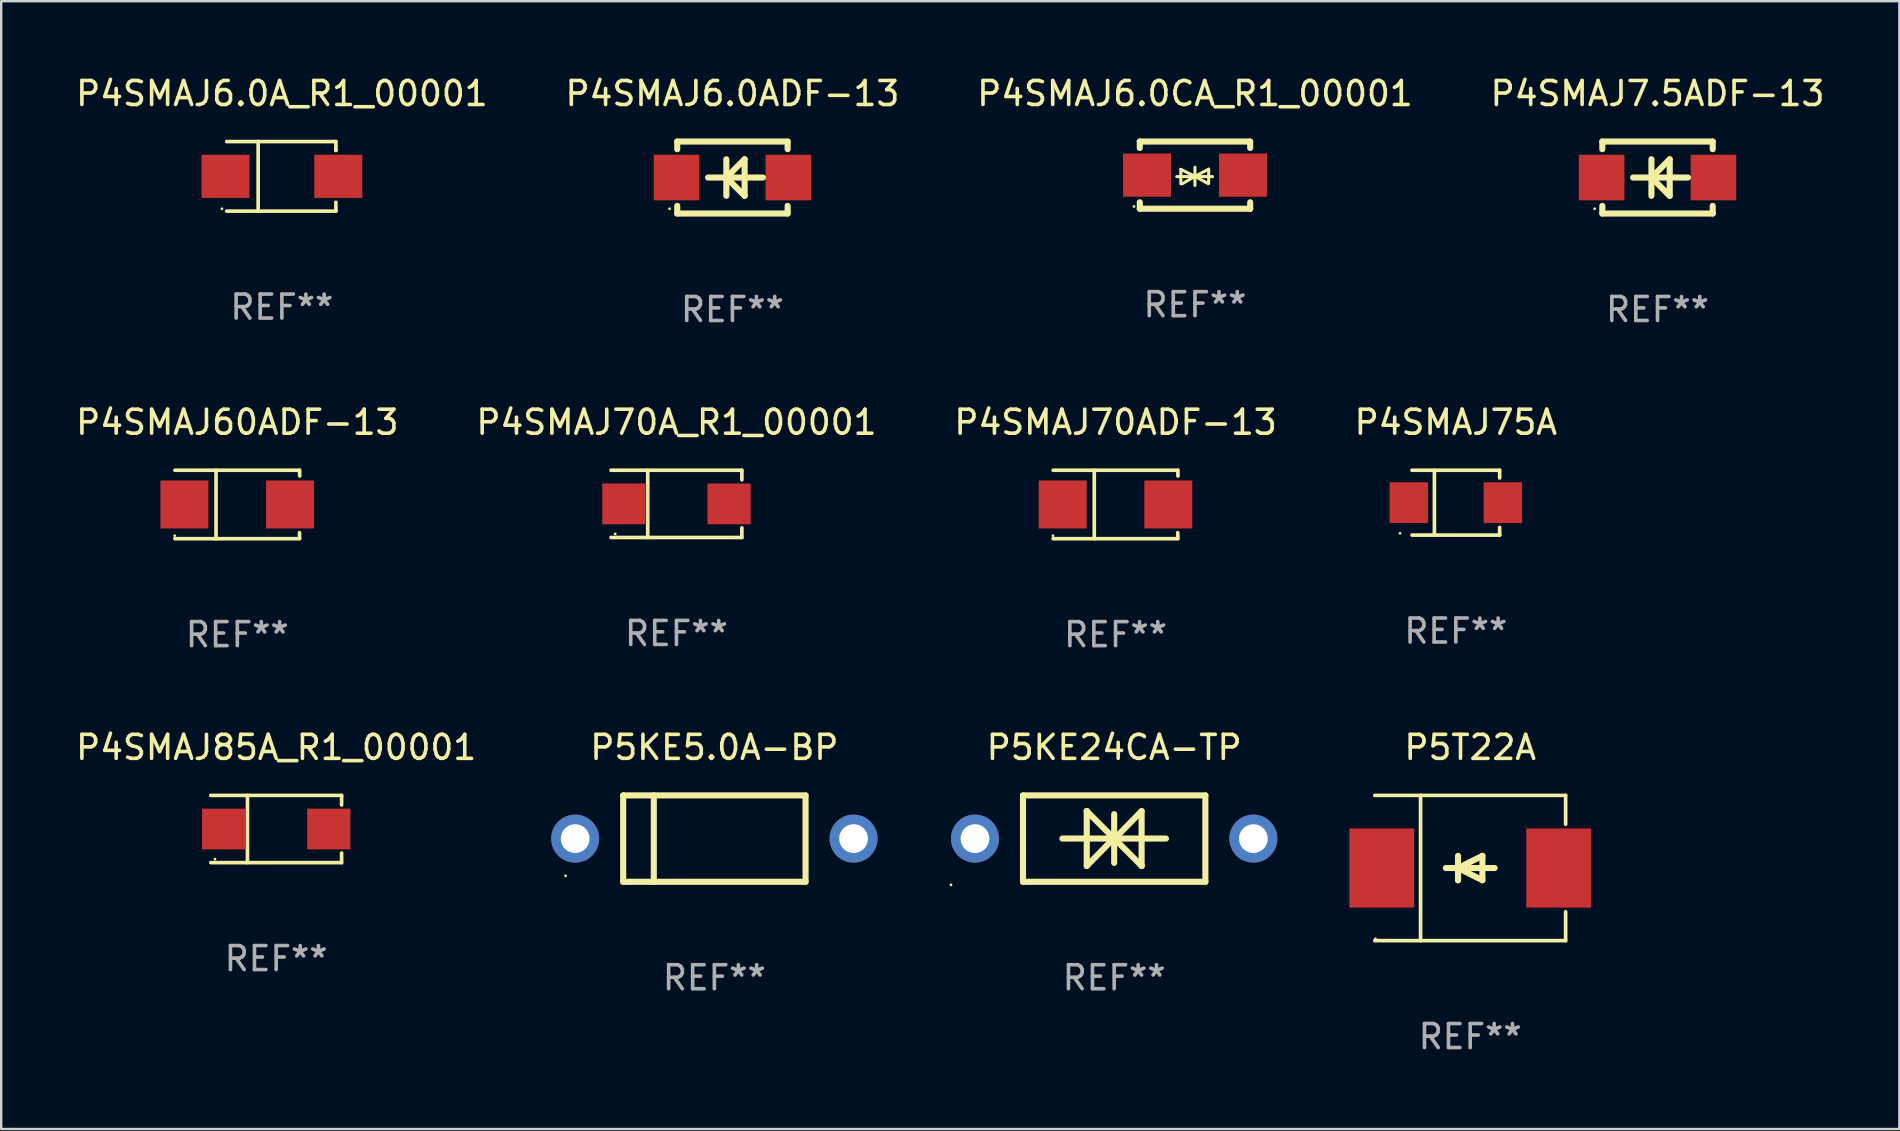
<source format=kicad_pcb>
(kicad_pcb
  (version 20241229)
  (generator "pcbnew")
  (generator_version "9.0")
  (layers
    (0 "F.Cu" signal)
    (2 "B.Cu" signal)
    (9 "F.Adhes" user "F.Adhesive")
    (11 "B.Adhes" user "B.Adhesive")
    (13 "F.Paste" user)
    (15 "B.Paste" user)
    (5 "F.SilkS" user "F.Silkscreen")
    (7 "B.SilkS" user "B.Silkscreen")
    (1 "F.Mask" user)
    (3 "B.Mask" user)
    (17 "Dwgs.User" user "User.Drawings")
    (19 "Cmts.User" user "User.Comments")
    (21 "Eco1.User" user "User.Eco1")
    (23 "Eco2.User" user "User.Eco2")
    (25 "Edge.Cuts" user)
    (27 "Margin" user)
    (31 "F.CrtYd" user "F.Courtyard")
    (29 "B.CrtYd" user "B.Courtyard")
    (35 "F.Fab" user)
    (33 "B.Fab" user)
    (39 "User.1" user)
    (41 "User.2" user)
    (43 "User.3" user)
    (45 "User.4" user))
  (footprint "P4SMAJ6.0A_R1_00001"
    (layer "F.Cu")
    (at 8.696 4.298)
    (property "Reference" "P4SMAJ6.0A_R1_00001" (at 0 -3.45 0) (layer "F.SilkS") (effects (font (size 1 1) (thickness 0.15))))
    (attr through_hole)
    (fp_line (start -2.3 -1.45) (end 2.25 -1.45) (stroke (width 0.152) (type solid)) (layer "F.SilkS"))
    (fp_line (start -0.989 -1.45) (end -0.989 1.45) (stroke (width 0.152) (type solid)) (layer "F.SilkS"))
    (fp_line (start 2.25 -1.45) (end 2.25 -1.08) (stroke (width 0.152) (type solid)) (layer "F.SilkS"))
    (fp_line (start 2.25 -1.08) (end 2.25 -1.142) (stroke (width 0.152) (type solid)) (layer "F.SilkS"))
    (fp_line (start 2.25 1.45) (end -2.3 1.45) (stroke (width 0.152) (type solid)) (layer "F.SilkS"))
    (fp_line (start 2.25 1.45) (end 2.25 1.08) (stroke (width 0.152) (type solid)) (layer "F.SilkS"))
    (fp_circle (center -2.5 1.35) (end -2.47 1.35) (stroke (width 0.06) (type solid)) (fill no) (layer "F.SilkS"))
    (fp_text user "REF**" (at 0 5.45 0) (layer "F.Fab") (effects (font (size 1 1) (thickness 0.15))))
    (pad "1" smd rect (at -2.35 0.000025) (size 2 1.8) (layers "F.Cu" "F.Mask" "F.Paste"))
    (pad "2" smd rect (at 2.35 0.000025) (size 2 1.8) (layers "F.Cu" "F.Mask" "F.Paste")))
  (footprint "P4SMAJ6.0CA_R1_00001"
    (layer "F.Cu")
    (at 46.744 4.248)
    (property "Reference" "P4SMAJ6.0CA_R1_00001" (at 0 -3.4 0) (layer "F.SilkS") (effects (font (size 1 1) (thickness 0.15))))
    (attr through_hole)
    (fp_line (start -2.3 -1.4) (end -2.3 -1.131) (stroke (width 0.254) (type solid)) (layer "F.SilkS"))
    (fp_line (start -2.3 -1.4) (end 2.3 -1.4) (stroke (width 0.254) (type solid)) (layer "F.SilkS"))
    (fp_line (start -2.3 1.131) (end -2.3 1.4) (stroke (width 0.254) (type solid)) (layer "F.SilkS"))
    (fp_line (start -2.3 1.4) (end 2.3 1.4) (stroke (width 0.254) (type solid)) (layer "F.SilkS"))
    (fp_line (start -0.76 0.06) (end 0.73 0.06) (stroke (width 0.127) (type solid)) (layer "F.SilkS"))
    (fp_line (start -0.59 -0.24) (end -0.59 0.36) (stroke (width 0.127) (type solid)) (layer "F.SilkS"))
    (fp_line (start -0.59 -0.24) (end -0.002 0.049) (stroke (width 0.127) (type solid)) (layer "F.SilkS"))
    (fp_line (start -0.53 0.36) (end -0.002 0.049) (stroke (width 0.127) (type solid)) (layer "F.SilkS"))
    (fp_line (start -0.002 0.049) (end -0.002 -0.332) (stroke (width 0.127) (type solid)) (layer "F.SilkS"))
    (fp_line (start -0.002 0.049) (end -0.002 0.43) (stroke (width 0.127) (type solid)) (layer "F.SilkS"))
    (fp_line (start 0.54 0.35) (end -0.002 0.049) (stroke (width 0.127) (type solid)) (layer "F.SilkS"))
    (fp_line (start 0.57 -0.25) (end -0.002 0.049) (stroke (width 0.127) (type solid)) (layer "F.SilkS"))
    (fp_line (start 0.57 -0.25) (end 0.57 0.35) (stroke (width 0.127) (type solid)) (layer "F.SilkS"))
    (fp_line (start 2.3 -1.4) (end 2.3 -1.131) (stroke (width 0.254) (type solid)) (layer "F.SilkS"))
    (fp_line (start 2.3 1.131) (end 2.3 1.4) (stroke (width 0.254) (type solid)) (layer "F.SilkS"))
    (fp_circle (center -2.542 1.308) (end -2.512 1.308) (stroke (width 0.06) (type solid)) (fill no) (layer "F.SilkS"))
    (fp_text user "REF**" (at 0 5.4 0) (layer "F.Fab") (effects (font (size 1 1) (thickness 0.15))))
    (pad "1" smd rect (at -2 0) (size 2 1.8) (layers "F.Cu" "F.Mask" "F.Paste"))
    (pad "2" smd rect (at 2 0) (size 2 1.8) (layers "F.Cu" "F.Mask" "F.Paste")))
  (footprint "P4SMAJ60ADF-13"
    (layer "F.Cu")
    (at 6.839 17.971)
    (property "Reference" "P4SMAJ60ADF-13" (at 0 -3.426 0) (layer "F.SilkS") (effects (font (size 1 1) (thickness 0.15))))
    (attr through_hole)
    (fp_line (start -2.6 -1.426) (end 2.593 -1.426) (stroke (width 0.152) (type solid)) (layer "F.SilkS"))
    (fp_line (start -2.6 1.426) (end 2.593 1.426) (stroke (width 0.152) (type solid)) (layer "F.SilkS"))
    (fp_line (start -0.887 -1.426) (end -0.887 1.426) (stroke (width 0.152) (type solid)) (layer "F.SilkS"))
    (fp_line (start 2.59 1.176) (end 2.597 1.415) (stroke (width 0.152) (type solid)) (layer "F.SilkS"))
    (fp_line (start 2.593 -1.426) (end 2.6 -1.187) (stroke (width 0.152) (type solid)) (layer "F.SilkS"))
    (fp_circle (center -2.608 1.3) (end -2.578 1.3) (stroke (width 0.06) (type solid)) (fill no) (layer "F.SilkS"))
    (fp_text user "REF**" (at 0 5.426 0) (layer "F.Fab") (effects (font (size 1 1) (thickness 0.15))))
    (pad "1" smd rect (at -2.203 0 180) (size 2 2) (layers "F.Cu" "F.Mask" "F.Paste"))
    (pad "2" smd rect (at 2.197 0 180) (size 2 2) (layers "F.Cu" "F.Mask" "F.Paste")))
  (footprint "P5KE24CA-TP"
    (layer "F.Cu")
    (at 43.377 31.894)
    (property "Reference" "P5KE24CA-TP" (at 0 -3.8 0) (layer "F.SilkS") (effects (font (size 1 1) (thickness 0.15))))
    (attr through_hole)
    (fp_line (start -3.8 -1.8) (end -3.8 1.8) (stroke (width 0.254) (type solid)) (layer "F.SilkS"))
    (fp_line (start -3.8 -1.8) (end 3.8 -1.8) (stroke (width 0.254) (type solid)) (layer "F.SilkS"))
    (fp_line (start -3.8 1.8) (end 3.8 1.8) (stroke (width 0.254) (type solid)) (layer "F.SilkS"))
    (fp_line (start -2.159 -0.003) (end 2.159 -0.003) (stroke (width 0.254) (type solid)) (layer "F.SilkS"))
    (fp_line (start -1.143 -1.146) (end -1.143 1.14) (stroke (width 0.254) (type solid)) (layer "F.SilkS"))
    (fp_line (start -1.143 -1.143) (end -1.143 -1.146) (stroke (width 0.254) (type solid)) (layer "F.SilkS"))
    (fp_line (start 0 -1.019) (end 0 1.013) (stroke (width 0.254) (type solid)) (layer "F.SilkS"))
    (fp_line (start 0 -0.026) (end -1.143 1.14) (stroke (width 0.254) (type solid)) (layer "F.SilkS"))
    (fp_line (start 0 -0.006) (end 1.143 1.137) (stroke (width 0.254) (type solid)) (layer "F.SilkS"))
    (fp_line (start 0 0) (end -1.143 -1.143) (stroke (width 0.254) (type solid)) (layer "F.SilkS"))
    (fp_line (start 0 0.02) (end 1.143 -1.146) (stroke (width 0.254) (type solid)) (layer "F.SilkS"))
    (fp_line (start 1.143 1.137) (end 1.143 1.14) (stroke (width 0.254) (type solid)) (layer "F.SilkS"))
    (fp_line (start 1.143 1.14) (end 1.143 -1.146) (stroke (width 0.254) (type solid)) (layer "F.SilkS"))
    (fp_line (start 3.8 -1.8) (end 3.8 1.8) (stroke (width 0.254) (type solid)) (layer "F.SilkS"))
    (fp_circle (center -6.8 1.927) (end -6.77 1.927) (stroke (width 0.06) (type solid)) (fill no) (layer "F.SilkS"))
    (fp_text user "REF**" (at 0 5.8 0) (layer "F.Fab") (effects (font (size 1 1) (thickness 0.15))))
    (pad "1" thru_hole circle (at -5.8 0) (size 2 2) (drill 1.2) (layers "*.Cu" "*.Mask"))
    (pad "2" thru_hole circle (at 5.8 0) (size 2 2) (drill 1.2) (layers "*.Cu" "*.Mask")))
  (footprint "P4SMAJ7.5ADF-13"
    (layer "F.Cu")
    (at 66.018 4.348)
    (property "Reference" "P4SMAJ7.5ADF-13" (at 0 -3.5 0) (layer "F.SilkS") (effects (font (size 1 1) (thickness 0.15))))
    (attr through_hole)
    (fp_line (start -2.3 -1.5) (end -2.3 -1.181) (stroke (width 0.254) (type solid)) (layer "F.SilkS"))
    (fp_line (start -2.3 -1.5) (end 2.3 -1.5) (stroke (width 0.254) (type solid)) (layer "F.SilkS"))
    (fp_line (start -2.3 1.181) (end -2.3 1.5) (stroke (width 0.254) (type solid)) (layer "F.SilkS"))
    (fp_line (start -0.254 0) (end 0.508 0.762) (stroke (width 0.254) (type solid)) (layer "F.SilkS"))
    (fp_line (start -0.254 0.762) (end -0.254 -0.762) (stroke (width 0.254) (type solid)) (layer "F.SilkS"))
    (fp_line (start 0.508 -0.762) (end -0.254 0) (stroke (width 0.254) (type solid)) (layer "F.SilkS"))
    (fp_line (start 0.508 0.762) (end 0.508 -0.762) (stroke (width 0.254) (type solid)) (layer "F.SilkS"))
    (fp_line (start 1.27 0) (end -1.016 0) (stroke (width 0.254) (type solid)) (layer "F.SilkS"))
    (fp_line (start 2.3 -1.5) (end 2.3 -1.181) (stroke (width 0.254) (type solid)) (layer "F.SilkS"))
    (fp_line (start 2.3 1.181) (end 2.3 1.5) (stroke (width 0.254) (type solid)) (layer "F.SilkS"))
    (fp_line (start 2.3 1.5) (end -2.3 1.5) (stroke (width 0.254) (type solid)) (layer "F.SilkS"))
    (fp_circle (center -2.62 1.3) (end -2.59 1.3) (stroke (width 0.06) (type solid)) (fill no) (layer "F.SilkS"))
    (fp_text user "REF**" (at 0 5.5 0) (layer "F.Fab") (effects (font (size 1 1) (thickness 0.15))))
    (pad "1" smd rect (at -2.33 0 270) (size 1.9 1.9) (layers "F.Cu" "F.Mask" "F.Paste"))
    (pad "2" smd rect (at 2.33 0 270) (size 1.9 1.9) (layers "F.Cu" "F.Mask" "F.Paste")))
  (footprint "P4SMAJ85A_R1_00001"
    (layer "F.Cu")
    (at 8.458 31.495)
    (property "Reference" "P4SMAJ85A_R1_00001" (at 0 -3.401 0) (layer "F.SilkS") (effects (font (size 1 1) (thickness 0.15))))
    (attr through_hole)
    (fp_line (start -2.726 -1.401) (end 2.726 -1.401) (stroke (width 0.152) (type solid)) (layer "F.SilkS"))
    (fp_line (start -2.726 1.401) (end 2.726 1.401) (stroke (width 0.152) (type solid)) (layer "F.SilkS"))
    (fp_line (start -1.197 -1.401) (end -1.197 1.401) (stroke (width 0.152) (type solid)) (layer "F.SilkS"))
    (fp_line (start 2.726 -1.401) (end 2.726 -1) (stroke (width 0.152) (type solid)) (layer "F.SilkS"))
    (fp_line (start 2.726 1.401) (end 2.726 1) (stroke (width 0.152) (type solid)) (layer "F.SilkS"))
    (fp_circle (center -2.55 1.25) (end -2.52 1.25) (stroke (width 0.06) (type solid)) (fill no) (layer "F.SilkS"))
    (fp_text user "REF**" (at 0 5.401 0) (layer "F.Fab") (effects (font (size 1 1) (thickness 0.15))))
    (pad "1" smd rect (at -2.192 0) (size 1.8 1.7) (layers "F.Cu" "F.Mask" "F.Paste"))
    (pad "2" smd rect (at 2.192 0) (size 1.8 1.7) (layers "F.Cu" "F.Mask" "F.Paste")))
  (footprint "P4SMAJ70A_R1_00001"
    (layer "F.Cu")
    (at 25.137 17.946)
    (property "Reference" "P4SMAJ70A_R1_00001" (at 0 -3.401 0) (layer "F.SilkS") (effects (font (size 1 1) (thickness 0.15))))
    (attr through_hole)
    (fp_line (start -2.726 -1.401) (end 2.726 -1.401) (stroke (width 0.152) (type solid)) (layer "F.SilkS"))
    (fp_line (start -2.726 1.401) (end 2.726 1.401) (stroke (width 0.152) (type solid)) (layer "F.SilkS"))
    (fp_line (start -1.197 -1.401) (end -1.197 1.401) (stroke (width 0.152) (type solid)) (layer "F.SilkS"))
    (fp_line (start 2.726 -1.401) (end 2.726 -1) (stroke (width 0.152) (type solid)) (layer "F.SilkS"))
    (fp_line (start 2.726 1.401) (end 2.726 1) (stroke (width 0.152) (type solid)) (layer "F.SilkS"))
    (fp_circle (center -2.55 1.25) (end -2.52 1.25) (stroke (width 0.06) (type solid)) (fill no) (layer "F.SilkS"))
    (fp_text user "REF**" (at 0 5.401 0) (layer "F.Fab") (effects (font (size 1 1) (thickness 0.15))))
    (pad "1" smd rect (at -2.192 0) (size 1.8 1.7) (layers "F.Cu" "F.Mask" "F.Paste"))
    (pad "2" smd rect (at 2.192 0) (size 1.8 1.7) (layers "F.Cu" "F.Mask" "F.Paste")))
  (footprint "P5KE5.0A-BP"
    (layer "F.Cu")
    (at 26.717 31.894)
    (property "Reference" "P5KE5.0A-BP" (at 0 -3.8 0) (layer "F.SilkS") (effects (font (size 1 1) (thickness 0.15))))
    (attr through_hole)
    (fp_line (start -3.8 -1.8) (end -3.8 1.8) (stroke (width 0.254) (type solid)) (layer "F.SilkS"))
    (fp_line (start -3.8 -1.8) (end 3.8 -1.8) (stroke (width 0.254) (type solid)) (layer "F.SilkS"))
    (fp_line (start -3.8 1.8) (end 3.8 1.8) (stroke (width 0.254) (type solid)) (layer "F.SilkS"))
    (fp_line (start -2.524 -1.8) (end -2.524 1.8) (stroke (width 0.254) (type solid)) (layer "F.SilkS"))
    (fp_line (start 3.8 -1.8) (end 3.8 1.8) (stroke (width 0.254) (type solid)) (layer "F.SilkS"))
    (fp_circle (center -6.2 1.55) (end -6.17 1.55) (stroke (width 0.06) (type solid)) (fill no) (layer "F.SilkS"))
    (fp_text user "REF**" (at 0 5.8 0) (layer "F.Fab") (effects (font (size 1 1) (thickness 0.15))))
    (pad "1" thru_hole circle (at -5.8 0) (size 2 2) (drill 1.2) (layers "*.Cu" "*.Mask"))
    (pad "2" thru_hole circle (at 5.8 0) (size 2 2) (drill 1.2) (layers "*.Cu" "*.Mask")))
  (footprint "P4SMAJ6.0ADF-13"
    (layer "F.Cu")
    (at 27.47 4.348)
    (property "Reference" "P4SMAJ6.0ADF-13" (at 0 -3.5 0) (layer "F.SilkS") (effects (font (size 1 1) (thickness 0.15))))
    (attr through_hole)
    (fp_line (start -2.3 -1.5) (end -2.3 -1.181) (stroke (width 0.254) (type solid)) (layer "F.SilkS"))
    (fp_line (start -2.3 -1.5) (end 2.3 -1.5) (stroke (width 0.254) (type solid)) (layer "F.SilkS"))
    (fp_line (start -2.3 1.181) (end -2.3 1.5) (stroke (width 0.254) (type solid)) (layer "F.SilkS"))
    (fp_line (start -0.254 0) (end 0.508 0.762) (stroke (width 0.254) (type solid)) (layer "F.SilkS"))
    (fp_line (start -0.254 0.762) (end -0.254 -0.762) (stroke (width 0.254) (type solid)) (layer "F.SilkS"))
    (fp_line (start 0.508 -0.762) (end -0.254 0) (stroke (width 0.254) (type solid)) (layer "F.SilkS"))
    (fp_line (start 0.508 0.762) (end 0.508 -0.762) (stroke (width 0.254) (type solid)) (layer "F.SilkS"))
    (fp_line (start 1.27 0) (end -1.016 0) (stroke (width 0.254) (type solid)) (layer "F.SilkS"))
    (fp_line (start 2.3 -1.5) (end 2.3 -1.181) (stroke (width 0.254) (type solid)) (layer "F.SilkS"))
    (fp_line (start 2.3 1.181) (end 2.3 1.5) (stroke (width 0.254) (type solid)) (layer "F.SilkS"))
    (fp_line (start 2.3 1.5) (end -2.3 1.5) (stroke (width 0.254) (type solid)) (layer "F.SilkS"))
    (fp_circle (center -2.62 1.3) (end -2.59 1.3) (stroke (width 0.06) (type solid)) (fill no) (layer "F.SilkS"))
    (fp_text user "REF**" (at 0 5.5 0) (layer "F.Fab") (effects (font (size 1 1) (thickness 0.15))))
    (pad "1" smd rect (at -2.33 0 270) (size 1.9 1.9) (layers "F.Cu" "F.Mask" "F.Paste"))
    (pad "2" smd rect (at 2.33 0 270) (size 1.9 1.9) (layers "F.Cu" "F.Mask" "F.Paste")))
  (footprint "P4SMAJ75A"
    (layer "F.Cu")
    (at 57.613 17.896)
    (property "Reference" "P4SMAJ75A" (at 0 -3.351 0) (layer "F.SilkS") (effects (font (size 1 1) (thickness 0.15))))
    (attr through_hole)
    (fp_line (start -1.826 -1.351) (end 1.826 -1.351) (stroke (width 0.152) (type solid)) (layer "F.SilkS"))
    (fp_line (start -1.826 1.351) (end 1.826 1.351) (stroke (width 0.152) (type solid)) (layer "F.SilkS"))
    (fp_line (start -0.892 -1.351) (end -0.892 1.351) (stroke (width 0.152) (type solid)) (layer "F.SilkS"))
    (fp_line (start 1.826 -1.351) (end 1.826 -1.03) (stroke (width 0.152) (type solid)) (layer "F.SilkS"))
    (fp_line (start 1.826 1.03) (end 1.826 1.351) (stroke (width 0.152) (type solid)) (layer "F.SilkS"))
    (fp_circle (center -2.325 1.275) (end -2.295 1.275) (stroke (width 0.06) (type solid)) (fill no) (layer "F.SilkS"))
    (fp_text user "REF**" (at 0 5.351 0) (layer "F.Fab") (effects (font (size 1 1) (thickness 0.15))))
    (pad "1" smd rect (at -1.96 0 180) (size 1.6 1.7) (layers "F.Cu" "F.Mask" "F.Paste"))
    (pad "2" smd rect (at 1.96 0 180) (size 1.6 1.7) (layers "F.Cu" "F.Mask" "F.Paste")))
  (footprint "P5T22A"
    (layer "F.Cu")
    (at 58.213 33.12)
    (property "Reference" "P5T22A" (at 0 -5.026 0) (layer "F.SilkS") (effects (font (size 1 1) (thickness 0.15))))
    (attr through_hole)
    (fp_line (start -3.976 -3.026) (end 3.976 -3.026) (stroke (width 0.152) (type solid)) (layer "F.SilkS"))
    (fp_line (start -3.976 3.026) (end 3.976 3.026) (stroke (width 0.152) (type solid)) (layer "F.SilkS"))
    (fp_line (start -2.069 -3.026) (end -2.069 3.026) (stroke (width 0.152) (type solid)) (layer "F.SilkS"))
    (fp_line (start -0.508 0) (end -0.508 0.508) (stroke (width 0.254) (type solid)) (layer "F.SilkS"))
    (fp_line (start -0.508 0) (end 0.508 0.508) (stroke (width 0.254) (type solid)) (layer "F.SilkS"))
    (fp_line (start -0.508 0.508) (end -0.508 -0.508) (stroke (width 0.254) (type solid)) (layer "F.SilkS"))
    (fp_line (start 0.508 -0.508) (end -0.508 0) (stroke (width 0.254) (type solid)) (layer "F.SilkS"))
    (fp_line (start 0.508 0.508) (end 0.508 -0.508) (stroke (width 0.254) (type solid)) (layer "F.SilkS"))
    (fp_line (start 1.016 0) (end -1.016 0) (stroke (width 0.254) (type solid)) (layer "F.SilkS"))
    (fp_line (start 3.976 -3.026) (end 3.976 -1.823) (stroke (width 0.152) (type solid)) (layer "F.SilkS"))
    (fp_line (start 3.976 3.026) (end 3.976 1.823) (stroke (width 0.152) (type solid)) (layer "F.SilkS"))
    (fp_circle (center -3.95 2.95) (end -3.92 2.95) (stroke (width 0.06) (type solid)) (fill no) (layer "F.SilkS"))
    (fp_text user "REF**" (at 0 7.026 0) (layer "F.Fab") (effects (font (size 1 1) (thickness 0.15))))
    (pad "1" smd rect (at -3.686 0) (size 2.7 3.3) (layers "F.Cu" "F.Mask" "F.Paste"))
    (pad "2" smd rect (at 3.686 0) (size 2.7 3.3) (layers "F.Cu" "F.Mask" "F.Paste")))
  (footprint "P4SMAJ70ADF-13"
    (layer "F.Cu")
    (at 43.435 17.971)
    (property "Reference" "P4SMAJ70ADF-13" (at 0 -3.426 0) (layer "F.SilkS") (effects (font (size 1 1) (thickness 0.15))))
    (attr through_hole)
    (fp_line (start -2.6 -1.426) (end 2.593 -1.426) (stroke (width 0.152) (type solid)) (layer "F.SilkS"))
    (fp_line (start -2.6 1.426) (end 2.593 1.426) (stroke (width 0.152) (type solid)) (layer "F.SilkS"))
    (fp_line (start -0.887 -1.426) (end -0.887 1.426) (stroke (width 0.152) (type solid)) (layer "F.SilkS"))
    (fp_line (start 2.59 1.176) (end 2.597 1.415) (stroke (width 0.152) (type solid)) (layer "F.SilkS"))
    (fp_line (start 2.593 -1.426) (end 2.6 -1.187) (stroke (width 0.152) (type solid)) (layer "F.SilkS"))
    (fp_circle (center -2.608 1.3) (end -2.578 1.3) (stroke (width 0.06) (type solid)) (fill no) (layer "F.SilkS"))
    (fp_text user "REF**" (at 0 5.426 0) (layer "F.Fab") (effects (font (size 1 1) (thickness 0.15))))
    (pad "1" smd rect (at -2.203 0 180) (size 2 2) (layers "F.Cu" "F.Mask" "F.Paste"))
    (pad "2" smd rect (at 2.197 0 180) (size 2 2) (layers "F.Cu" "F.Mask" "F.Paste")))
  (gr_rect
    (start -3 -3)
    (end 76.095 43.994)
    (stroke (width 0.1) (type default))
    (fill no)
    (layer "Edge.Cuts")))
</source>
